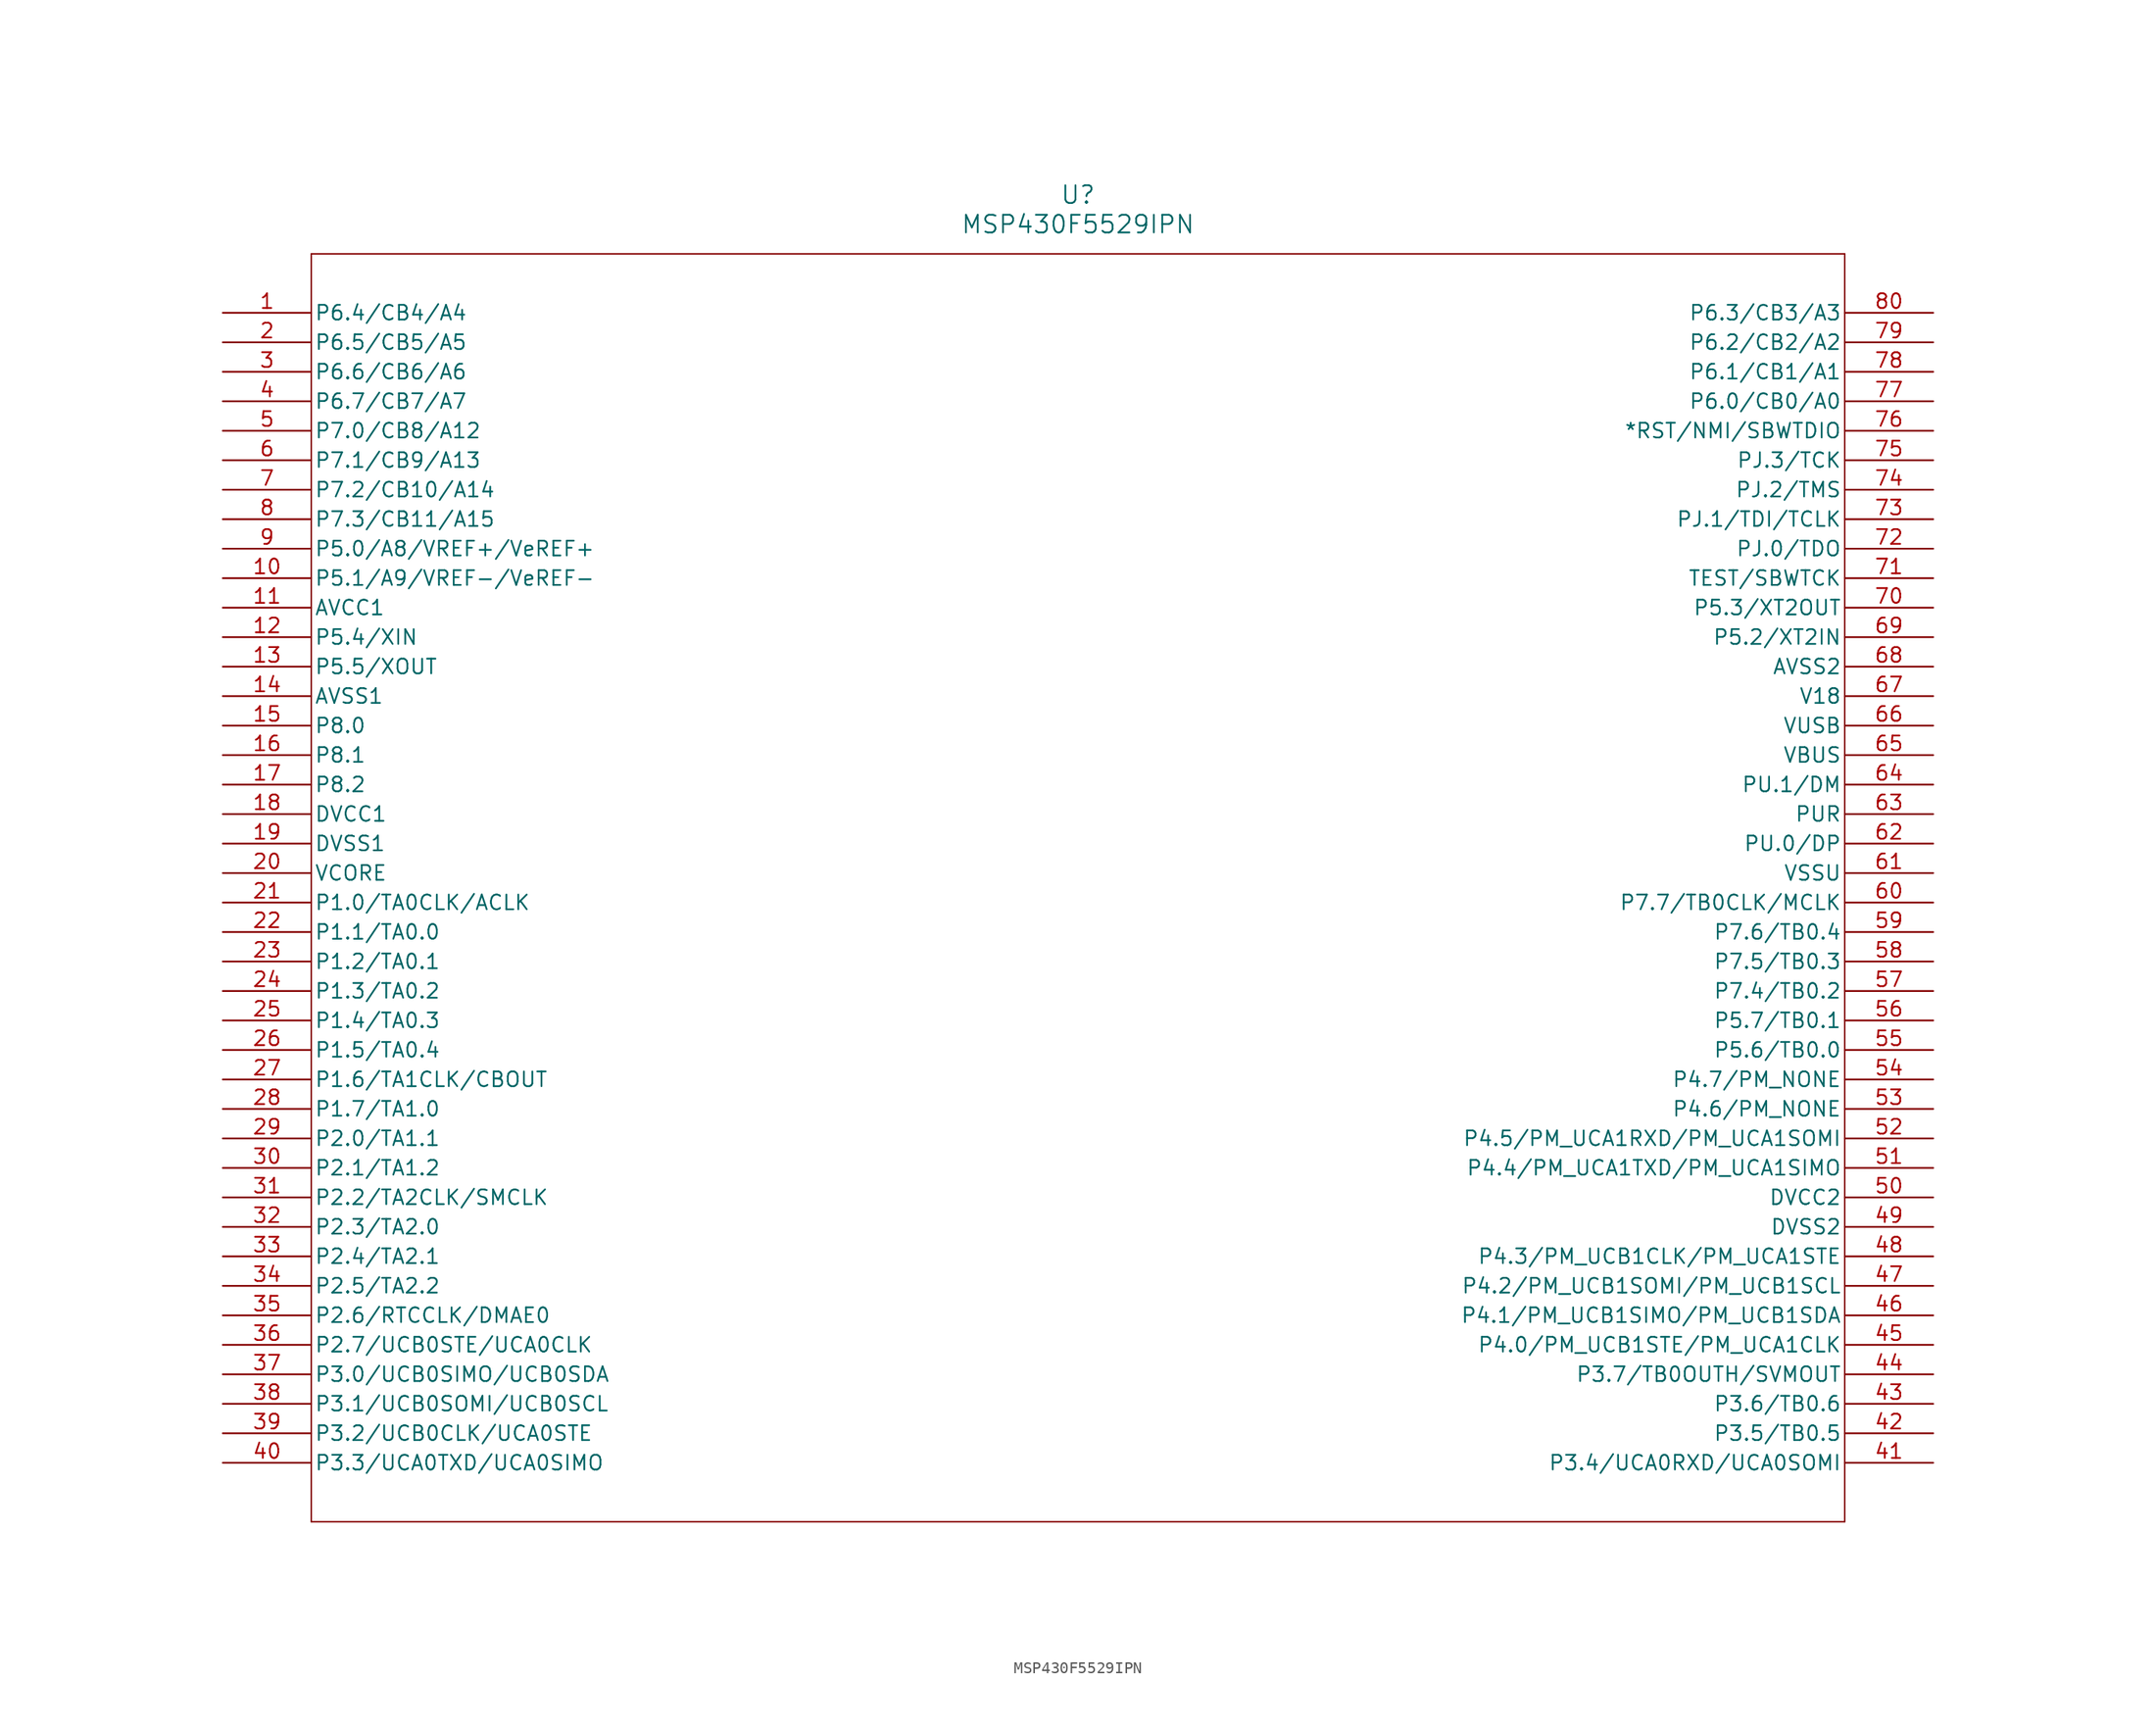
<source format=kicad_sym>
(kicad_symbol_lib
  (version 20211014)
  (generator kicad_symbol_editor)
  (symbol "MSP430F5529IPN"
    (pin_names
      (offset 0.254))
    (property "Reference" "U"
      (at 73.66 10.16 0)
      (effects (font (size 1.524 1.524))))
    (property "Value" "MSP430F5529IPN"
      (at 73.66 7.62 0)
      (effects (font (size 1.524 1.524))))
    (polyline
      (pts (xy 7.62 5.08) (xy 7.62 -104.14))
      (stroke (width 0.127) (type default) (color 0 0 0 0))
      (fill (type none)))
    (polyline
      (pts (xy 7.62 -104.14) (xy 139.7 -104.14))
      (stroke (width 0.127) (type default) (color 0 0 0 0))
      (fill (type none)))
    (polyline
      (pts (xy 139.7 -104.14) (xy 139.7 5.08))
      (stroke (width 0.127) (type default) (color 0 0 0 0))
      (fill (type none)))
    (polyline
      (pts (xy 139.7 5.08) (xy 7.62 5.08))
      (stroke (width 0.127) (type default) (color 0 0 0 0))
      (fill (type none)))
    (pin bidirectional line
      (at 0 0 0)
      (length 7.62)
      (name "P6.4/CB4/A4" (effects (font (size 1.27 1.27))))
      (number "1" (effects (font (size 1.27 1.27)))))
    (pin bidirectional line
      (at 0 -2.54 0)
      (length 7.62)
      (name "P6.5/CB5/A5" (effects (font (size 1.27 1.27))))
      (number "2" (effects (font (size 1.27 1.27)))))
    (pin bidirectional line
      (at 0 -5.08 0)
      (length 7.62)
      (name "P6.6/CB6/A6" (effects (font (size 1.27 1.27))))
      (number "3" (effects (font (size 1.27 1.27)))))
    (pin bidirectional line
      (at 0 -7.62 0)
      (length 7.62)
      (name "P6.7/CB7/A7" (effects (font (size 1.27 1.27))))
      (number "4" (effects (font (size 1.27 1.27)))))
    (pin bidirectional line
      (at 0 -10.16 0)
      (length 7.62)
      (name "P7.0/CB8/A12" (effects (font (size 1.27 1.27))))
      (number "5" (effects (font (size 1.27 1.27)))))
    (pin bidirectional line
      (at 0 -12.7 0)
      (length 7.62)
      (name "P7.1/CB9/A13" (effects (font (size 1.27 1.27))))
      (number "6" (effects (font (size 1.27 1.27)))))
    (pin bidirectional line
      (at 0 -15.24 0)
      (length 7.62)
      (name "P7.2/CB10/A14" (effects (font (size 1.27 1.27))))
      (number "7" (effects (font (size 1.27 1.27)))))
    (pin bidirectional line
      (at 0 -17.78 0)
      (length 7.62)
      (name "P7.3/CB11/A15" (effects (font (size 1.27 1.27))))
      (number "8" (effects (font (size 1.27 1.27)))))
    (pin bidirectional line
      (at 0 -20.32 0)
      (length 7.62)
      (name "P5.0/A8/VREF+/VeREF+" (effects (font (size 1.27 1.27))))
      (number "9" (effects (font (size 1.27 1.27)))))
    (pin bidirectional line
      (at 0 -22.86 0)
      (length 7.62)
      (name "P5.1/A9/VREF-/VeREF-" (effects (font (size 1.27 1.27))))
      (number "10" (effects (font (size 1.27 1.27)))))
    (pin power_in line
      (at 0 -25.4 0)
      (length 7.62)
      (name "AVCC1" (effects (font (size 1.27 1.27))))
      (number "11" (effects (font (size 1.27 1.27)))))
    (pin bidirectional line
      (at 0 -27.94 0)
      (length 7.62)
      (name "P5.4/XIN" (effects (font (size 1.27 1.27))))
      (number "12" (effects (font (size 1.27 1.27)))))
    (pin bidirectional line
      (at 0 -30.48 0)
      (length 7.62)
      (name "P5.5/XOUT" (effects (font (size 1.27 1.27))))
      (number "13" (effects (font (size 1.27 1.27)))))
    (pin power_in line
      (at 0 -33.02 0)
      (length 7.62)
      (name "AVSS1" (effects (font (size 1.27 1.27))))
      (number "14" (effects (font (size 1.27 1.27)))))
    (pin bidirectional line
      (at 0 -35.56 0)
      (length 7.62)
      (name "P8.0" (effects (font (size 1.27 1.27))))
      (number "15" (effects (font (size 1.27 1.27)))))
    (pin bidirectional line
      (at 0 -38.1 0)
      (length 7.62)
      (name "P8.1" (effects (font (size 1.27 1.27))))
      (number "16" (effects (font (size 1.27 1.27)))))
    (pin bidirectional line
      (at 0 -40.64 0)
      (length 7.62)
      (name "P8.2" (effects (font (size 1.27 1.27))))
      (number "17" (effects (font (size 1.27 1.27)))))
    (pin power_in line
      (at 0 -43.18 0)
      (length 7.62)
      (name "DVCC1" (effects (font (size 1.27 1.27))))
      (number "18" (effects (font (size 1.27 1.27)))))
    (pin power_in line
      (at 0 -45.72 0)
      (length 7.62)
      (name "DVSS1" (effects (font (size 1.27 1.27))))
      (number "19" (effects (font (size 1.27 1.27)))))
    (pin power_in line
      (at 0 -48.26 0)
      (length 7.62)
      (name "VCORE" (effects (font (size 1.27 1.27))))
      (number "20" (effects (font (size 1.27 1.27)))))
    (pin bidirectional line
      (at 0 -50.8 0)
      (length 7.62)
      (name "P1.0/TA0CLK/ACLK" (effects (font (size 1.27 1.27))))
      (number "21" (effects (font (size 1.27 1.27)))))
    (pin bidirectional line
      (at 0 -53.34 0)
      (length 7.62)
      (name "P1.1/TA0.0" (effects (font (size 1.27 1.27))))
      (number "22" (effects (font (size 1.27 1.27)))))
    (pin bidirectional line
      (at 0 -55.88 0)
      (length 7.62)
      (name "P1.2/TA0.1" (effects (font (size 1.27 1.27))))
      (number "23" (effects (font (size 1.27 1.27)))))
    (pin bidirectional line
      (at 0 -58.42 0)
      (length 7.62)
      (name "P1.3/TA0.2" (effects (font (size 1.27 1.27))))
      (number "24" (effects (font (size 1.27 1.27)))))
    (pin bidirectional line
      (at 0 -60.96 0)
      (length 7.62)
      (name "P1.4/TA0.3" (effects (font (size 1.27 1.27))))
      (number "25" (effects (font (size 1.27 1.27)))))
    (pin bidirectional line
      (at 0 -63.5 0)
      (length 7.62)
      (name "P1.5/TA0.4" (effects (font (size 1.27 1.27))))
      (number "26" (effects (font (size 1.27 1.27)))))
    (pin bidirectional line
      (at 0 -66.04 0)
      (length 7.62)
      (name "P1.6/TA1CLK/CBOUT" (effects (font (size 1.27 1.27))))
      (number "27" (effects (font (size 1.27 1.27)))))
    (pin bidirectional line
      (at 0 -68.58 0)
      (length 7.62)
      (name "P1.7/TA1.0" (effects (font (size 1.27 1.27))))
      (number "28" (effects (font (size 1.27 1.27)))))
    (pin bidirectional line
      (at 0 -71.12 0)
      (length 7.62)
      (name "P2.0/TA1.1" (effects (font (size 1.27 1.27))))
      (number "29" (effects (font (size 1.27 1.27)))))
    (pin bidirectional line
      (at 0 -73.66 0)
      (length 7.62)
      (name "P2.1/TA1.2" (effects (font (size 1.27 1.27))))
      (number "30" (effects (font (size 1.27 1.27)))))
    (pin bidirectional line
      (at 0 -76.2 0)
      (length 7.62)
      (name "P2.2/TA2CLK/SMCLK" (effects (font (size 1.27 1.27))))
      (number "31" (effects (font (size 1.27 1.27)))))
    (pin bidirectional line
      (at 0 -78.74 0)
      (length 7.62)
      (name "P2.3/TA2.0" (effects (font (size 1.27 1.27))))
      (number "32" (effects (font (size 1.27 1.27)))))
    (pin bidirectional line
      (at 0 -81.28 0)
      (length 7.62)
      (name "P2.4/TA2.1" (effects (font (size 1.27 1.27))))
      (number "33" (effects (font (size 1.27 1.27)))))
    (pin bidirectional line
      (at 0 -83.82 0)
      (length 7.62)
      (name "P2.5/TA2.2" (effects (font (size 1.27 1.27))))
      (number "34" (effects (font (size 1.27 1.27)))))
    (pin bidirectional line
      (at 0 -86.36 0)
      (length 7.62)
      (name "P2.6/RTCCLK/DMAE0" (effects (font (size 1.27 1.27))))
      (number "35" (effects (font (size 1.27 1.27)))))
    (pin bidirectional line
      (at 0 -88.9 0)
      (length 7.62)
      (name "P2.7/UCB0STE/UCA0CLK" (effects (font (size 1.27 1.27))))
      (number "36" (effects (font (size 1.27 1.27)))))
    (pin bidirectional line
      (at 0 -91.44 0)
      (length 7.62)
      (name "P3.0/UCB0SIMO/UCB0SDA" (effects (font (size 1.27 1.27))))
      (number "37" (effects (font (size 1.27 1.27)))))
    (pin bidirectional line
      (at 0 -93.98 0)
      (length 7.62)
      (name "P3.1/UCB0SOMI/UCB0SCL" (effects (font (size 1.27 1.27))))
      (number "38" (effects (font (size 1.27 1.27)))))
    (pin bidirectional line
      (at 0 -96.52 0)
      (length 7.62)
      (name "P3.2/UCB0CLK/UCA0STE" (effects (font (size 1.27 1.27))))
      (number "39" (effects (font (size 1.27 1.27)))))
    (pin bidirectional line
      (at 0 -99.06 0)
      (length 7.62)
      (name "P3.3/UCA0TXD/UCA0SIMO" (effects (font (size 1.27 1.27))))
      (number "40" (effects (font (size 1.27 1.27)))))
    (pin bidirectional line
      (at 147.32 -99.06 180)
      (length 7.62)
      (name "P3.4/UCA0RXD/UCA0SOMI" (effects (font (size 1.27 1.27))))
      (number "41" (effects (font (size 1.27 1.27)))))
    (pin bidirectional line
      (at 147.32 -96.52 180)
      (length 7.62)
      (name "P3.5/TB0.5" (effects (font (size 1.27 1.27))))
      (number "42" (effects (font (size 1.27 1.27)))))
    (pin bidirectional line
      (at 147.32 -93.98 180)
      (length 7.62)
      (name "P3.6/TB0.6" (effects (font (size 1.27 1.27))))
      (number "43" (effects (font (size 1.27 1.27)))))
    (pin bidirectional line
      (at 147.32 -91.44 180)
      (length 7.62)
      (name "P3.7/TB0OUTH/SVMOUT" (effects (font (size 1.27 1.27))))
      (number "44" (effects (font (size 1.27 1.27)))))
    (pin bidirectional line
      (at 147.32 -88.9 180)
      (length 7.62)
      (name "P4.0/PM_UCB1STE/PM_UCA1CLK" (effects (font (size 1.27 1.27))))
      (number "45" (effects (font (size 1.27 1.27)))))
    (pin bidirectional line
      (at 147.32 -86.36 180)
      (length 7.62)
      (name "P4.1/PM_UCB1SIMO/PM_UCB1SDA" (effects (font (size 1.27 1.27))))
      (number "46" (effects (font (size 1.27 1.27)))))
    (pin bidirectional line
      (at 147.32 -83.82 180)
      (length 7.62)
      (name "P4.2/PM_UCB1SOMI/PM_UCB1SCL" (effects (font (size 1.27 1.27))))
      (number "47" (effects (font (size 1.27 1.27)))))
    (pin bidirectional line
      (at 147.32 -81.28 180)
      (length 7.62)
      (name "P4.3/PM_UCB1CLK/PM_UCA1STE" (effects (font (size 1.27 1.27))))
      (number "48" (effects (font (size 1.27 1.27)))))
    (pin power_in line
      (at 147.32 -78.74 180)
      (length 7.62)
      (name "DVSS2" (effects (font (size 1.27 1.27))))
      (number "49" (effects (font (size 1.27 1.27)))))
    (pin power_in line
      (at 147.32 -76.2 180)
      (length 7.62)
      (name "DVCC2" (effects (font (size 1.27 1.27))))
      (number "50" (effects (font (size 1.27 1.27)))))
    (pin bidirectional line
      (at 147.32 -73.66 180)
      (length 7.62)
      (name "P4.4/PM_UCA1TXD/PM_UCA1SIMO" (effects (font (size 1.27 1.27))))
      (number "51" (effects (font (size 1.27 1.27)))))
    (pin bidirectional line
      (at 147.32 -71.12 180)
      (length 7.62)
      (name "P4.5/PM_UCA1RXD/PM_UCA1SOMI" (effects (font (size 1.27 1.27))))
      (number "52" (effects (font (size 1.27 1.27)))))
    (pin bidirectional line
      (at 147.32 -68.58 180)
      (length 7.62)
      (name "P4.6/PM_NONE" (effects (font (size 1.27 1.27))))
      (number "53" (effects (font (size 1.27 1.27)))))
    (pin bidirectional line
      (at 147.32 -66.04 180)
      (length 7.62)
      (name "P4.7/PM_NONE" (effects (font (size 1.27 1.27))))
      (number "54" (effects (font (size 1.27 1.27)))))
    (pin bidirectional line
      (at 147.32 -63.5 180)
      (length 7.62)
      (name "P5.6/TB0.0" (effects (font (size 1.27 1.27))))
      (number "55" (effects (font (size 1.27 1.27)))))
    (pin bidirectional line
      (at 147.32 -60.96 180)
      (length 7.62)
      (name "P5.7/TB0.1" (effects (font (size 1.27 1.27))))
      (number "56" (effects (font (size 1.27 1.27)))))
    (pin bidirectional line
      (at 147.32 -58.42 180)
      (length 7.62)
      (name "P7.4/TB0.2" (effects (font (size 1.27 1.27))))
      (number "57" (effects (font (size 1.27 1.27)))))
    (pin bidirectional line
      (at 147.32 -55.88 180)
      (length 7.62)
      (name "P7.5/TB0.3" (effects (font (size 1.27 1.27))))
      (number "58" (effects (font (size 1.27 1.27)))))
    (pin bidirectional line
      (at 147.32 -53.34 180)
      (length 7.62)
      (name "P7.6/TB0.4" (effects (font (size 1.27 1.27))))
      (number "59" (effects (font (size 1.27 1.27)))))
    (pin bidirectional line
      (at 147.32 -50.8 180)
      (length 7.62)
      (name "P7.7/TB0CLK/MCLK" (effects (font (size 1.27 1.27))))
      (number "60" (effects (font (size 1.27 1.27)))))
    (pin power_in line
      (at 147.32 -48.26 180)
      (length 7.62)
      (name "VSSU" (effects (font (size 1.27 1.27))))
      (number "61" (effects (font (size 1.27 1.27)))))
    (pin bidirectional line
      (at 147.32 -45.72 180)
      (length 7.62)
      (name "PU.0/DP" (effects (font (size 1.27 1.27))))
      (number "62" (effects (font (size 1.27 1.27)))))
    (pin bidirectional line
      (at 147.32 -43.18 180)
      (length 7.62)
      (name "PUR" (effects (font (size 1.27 1.27))))
      (number "63" (effects (font (size 1.27 1.27)))))
    (pin bidirectional line
      (at 147.32 -40.64 180)
      (length 7.62)
      (name "PU.1/DM" (effects (font (size 1.27 1.27))))
      (number "64" (effects (font (size 1.27 1.27)))))
    (pin power_in line
      (at 147.32 -38.1 180)
      (length 7.62)
      (name "VBUS" (effects (font (size 1.27 1.27))))
      (number "65" (effects (font (size 1.27 1.27)))))
    (pin power_in line
      (at 147.32 -35.56 180)
      (length 7.62)
      (name "VUSB" (effects (font (size 1.27 1.27))))
      (number "66" (effects (font (size 1.27 1.27)))))
    (pin power_in line
      (at 147.32 -33.02 180)
      (length 7.62)
      (name "V18" (effects (font (size 1.27 1.27))))
      (number "67" (effects (font (size 1.27 1.27)))))
    (pin power_in line
      (at 147.32 -30.48 180)
      (length 7.62)
      (name "AVSS2" (effects (font (size 1.27 1.27))))
      (number "68" (effects (font (size 1.27 1.27)))))
    (pin bidirectional line
      (at 147.32 -27.94 180)
      (length 7.62)
      (name "P5.2/XT2IN" (effects (font (size 1.27 1.27))))
      (number "69" (effects (font (size 1.27 1.27)))))
    (pin bidirectional line
      (at 147.32 -25.4 180)
      (length 7.62)
      (name "P5.3/XT2OUT" (effects (font (size 1.27 1.27))))
      (number "70" (effects (font (size 1.27 1.27)))))
    (pin bidirectional line
      (at 147.32 -22.86 180)
      (length 7.62)
      (name "TEST/SBWTCK" (effects (font (size 1.27 1.27))))
      (number "71" (effects (font (size 1.27 1.27)))))
    (pin bidirectional line
      (at 147.32 -20.32 180)
      (length 7.62)
      (name "PJ.0/TDO" (effects (font (size 1.27 1.27))))
      (number "72" (effects (font (size 1.27 1.27)))))
    (pin bidirectional line
      (at 147.32 -17.78 180)
      (length 7.62)
      (name "PJ.1/TDI/TCLK" (effects (font (size 1.27 1.27))))
      (number "73" (effects (font (size 1.27 1.27)))))
    (pin bidirectional line
      (at 147.32 -15.24 180)
      (length 7.62)
      (name "PJ.2/TMS" (effects (font (size 1.27 1.27))))
      (number "74" (effects (font (size 1.27 1.27)))))
    (pin bidirectional line
      (at 147.32 -12.7 180)
      (length 7.62)
      (name "PJ.3/TCK" (effects (font (size 1.27 1.27))))
      (number "75" (effects (font (size 1.27 1.27)))))
    (pin bidirectional line
      (at 147.32 -10.16 180)
      (length 7.62)
      (name "*RST/NMI/SBWTDIO" (effects (font (size 1.27 1.27))))
      (number "76" (effects (font (size 1.27 1.27)))))
    (pin bidirectional line
      (at 147.32 -7.62 180)
      (length 7.62)
      (name "P6.0/CB0/A0" (effects (font (size 1.27 1.27))))
      (number "77" (effects (font (size 1.27 1.27)))))
    (pin bidirectional line
      (at 147.32 -5.08 180)
      (length 7.62)
      (name "P6.1/CB1/A1" (effects (font (size 1.27 1.27))))
      (number "78" (effects (font (size 1.27 1.27)))))
    (pin bidirectional line
      (at 147.32 -2.54 180)
      (length 7.62)
      (name "P6.2/CB2/A2" (effects (font (size 1.27 1.27))))
      (number "79" (effects (font (size 1.27 1.27)))))
    (pin bidirectional line
      (at 147.32 0 180)
      (length 7.62)
      (name "P6.3/CB3/A3" (effects (font (size 1.27 1.27))))
      (number "80" (effects (font (size 1.27 1.27)))))))
</source>
